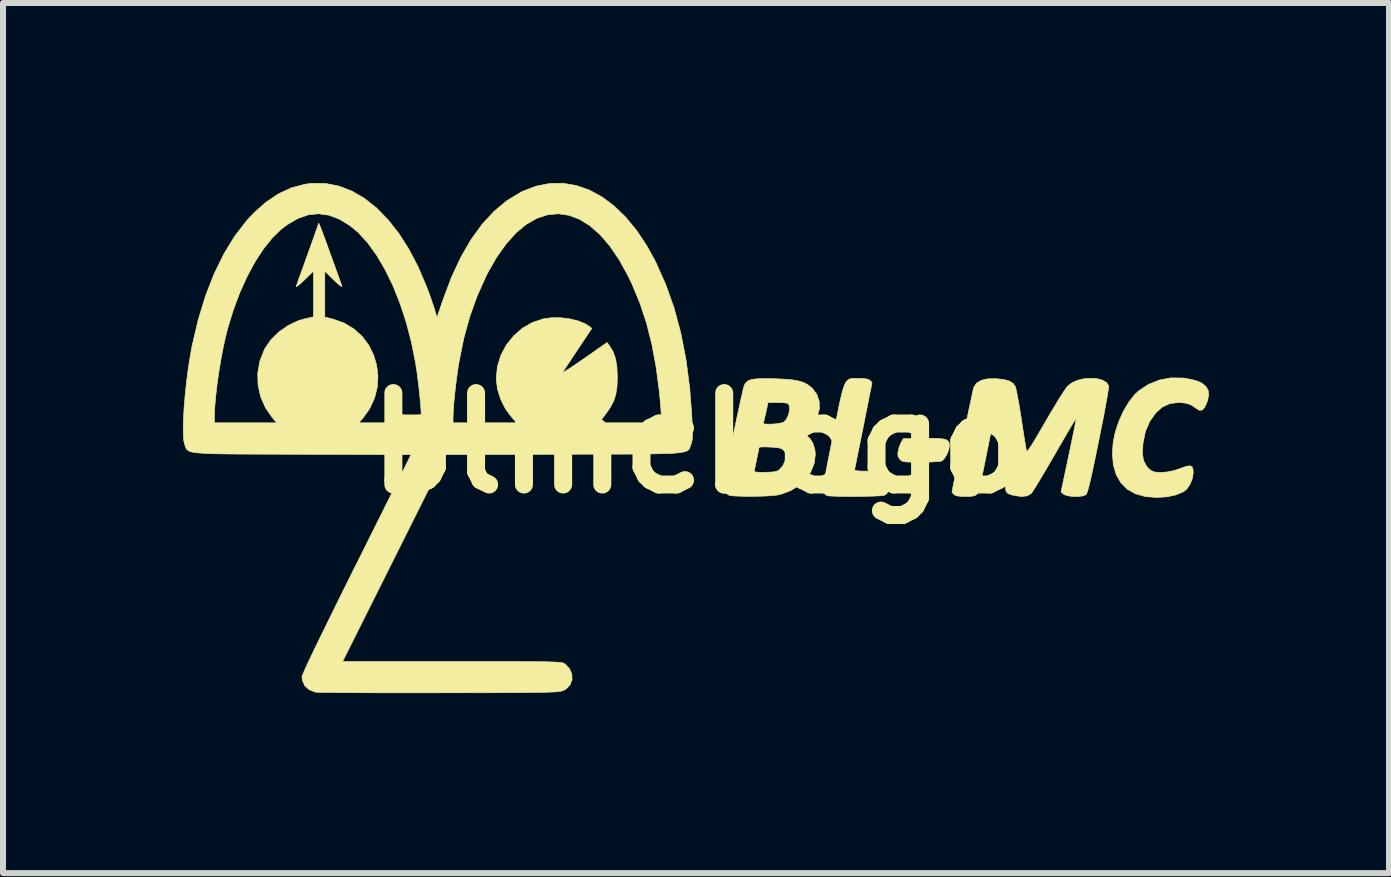
<source format=kicad_pcb>
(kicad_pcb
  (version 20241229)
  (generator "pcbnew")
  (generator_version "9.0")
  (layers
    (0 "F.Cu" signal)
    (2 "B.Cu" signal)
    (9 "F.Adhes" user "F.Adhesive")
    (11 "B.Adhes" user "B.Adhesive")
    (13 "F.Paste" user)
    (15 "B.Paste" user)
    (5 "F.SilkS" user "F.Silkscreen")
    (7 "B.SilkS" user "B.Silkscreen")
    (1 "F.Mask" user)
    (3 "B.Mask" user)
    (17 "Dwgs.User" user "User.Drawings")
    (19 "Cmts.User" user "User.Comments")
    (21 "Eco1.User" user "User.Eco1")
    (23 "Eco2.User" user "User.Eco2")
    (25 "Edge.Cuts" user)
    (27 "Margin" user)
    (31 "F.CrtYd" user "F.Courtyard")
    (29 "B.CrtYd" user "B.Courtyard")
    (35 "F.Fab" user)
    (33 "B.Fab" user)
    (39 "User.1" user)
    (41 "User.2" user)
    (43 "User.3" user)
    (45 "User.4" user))
  (footprint "blmcLogo"
    (layer "F.Cu")
    (at 8.588 4.338)
    (property "Reference" "blmcLogo" (at 0 0 0) (layer "F.SilkS") (effects (font (size 1.524 1.524) (thickness 0.3))))
    (attr through_hole)
    (fp_poly (pts (xy 4.014 -0.078) (xy 4.092 -0.069) (xy 4.144 -0.053) (xy 4.174 -0.028) (xy 4.188 0.007) (xy 4.191 0.044) (xy 4.179 0.112) (xy 4.149 0.187) (xy 4.109 0.253) (xy 4.067 0.295) (xy 4.065 0.296) (xy 4.03 0.304) (xy 3.96 0.31) (xy 3.866 0.315) (xy 3.755 0.317) (xy 3.717 0.318) (xy 3.596 0.317) (xy 3.511 0.315) (xy 3.453 0.311) (xy 3.415 0.304) (xy 3.389 0.292) (xy 3.37 0.275) (xy 3.365 0.27) (xy 3.336 0.228) (xy 3.33 0.178) (xy 3.335 0.138) (xy 3.353 0.064) (xy 3.381 -0.004) (xy 3.385 -0.011) (xy 3.421 -0.074) (xy 3.756 -0.08) (xy 3.903 -0.081) (xy 4.014 -0.078)) (stroke (width 0.01) (type solid)) (fill yes) (layer "F.SilkS"))
    (fp_poly (pts (xy 8.079 -1.086) (xy 8.127 -1.08) (xy 8.25 -1.056) (xy 8.341 -1.029) (xy 8.408 -0.994) (xy 8.462 -0.948) (xy 8.465 -0.945) (xy 8.504 -0.881) (xy 8.514 -0.805) (xy 8.493 -0.707) (xy 8.479 -0.668) (xy 8.441 -0.589) (xy 8.4 -0.55) (xy 8.353 -0.549) (xy 8.302 -0.582) (xy 8.222 -0.636) (xy 8.137 -0.666) (xy 8.03 -0.677) (xy 8.005 -0.677) (xy 7.864 -0.659) (xy 7.743 -0.604) (xy 7.637 -0.512) (xy 7.531 -0.366) (xy 7.459 -0.197) (xy 7.418 -0.002) (xy 7.408 0.171) (xy 7.427 0.291) (xy 7.482 0.392) (xy 7.549 0.456) (xy 7.61 0.481) (xy 7.7 0.489) (xy 7.807 0.482) (xy 7.922 0.46) (xy 8.035 0.424) (xy 8.037 0.423) (xy 8.131 0.389) (xy 8.194 0.377) (xy 8.232 0.389) (xy 8.25 0.428) (xy 8.255 0.495) (xy 8.255 0.496) (xy 8.241 0.589) (xy 8.203 0.683) (xy 8.15 0.762) (xy 8.096 0.808) (xy 7.969 0.862) (xy 7.815 0.895) (xy 7.646 0.905) (xy 7.475 0.893) (xy 7.451 0.889) (xy 7.288 0.843) (xy 7.153 0.766) (xy 7.047 0.658) (xy 6.97 0.523) (xy 6.923 0.361) (xy 6.907 0.174) (xy 6.921 -0.019) (xy 6.957 -0.191) (xy 7.016 -0.366) (xy 7.092 -0.534) (xy 7.182 -0.686) (xy 7.28 -0.81) (xy 7.341 -0.868) (xy 7.504 -0.977) (xy 7.686 -1.051) (xy 7.88 -1.088) (xy 8.079 -1.086)) (stroke (width 0.01) (type solid)) (fill yes) (layer "F.SilkS"))
    (fp_poly (pts (xy 2.647 -1.08) (xy 2.675 -1.079) (xy 2.77 -1.076) (xy 2.831 -1.066) (xy 2.866 -1.047) (xy 2.867 -1.046) (xy 2.893 -1.018) (xy 2.9 -1.008) (xy 2.896 -0.987) (xy 2.885 -0.929) (xy 2.867 -0.842) (xy 2.845 -0.731) (xy 2.82 -0.601) (xy 2.791 -0.46) (xy 2.762 -0.312) (xy 2.732 -0.163) (xy 2.703 -0.019) (xy 2.676 0.114) (xy 2.653 0.23) (xy 2.634 0.323) (xy 2.621 0.387) (xy 2.614 0.418) (xy 2.614 0.418) (xy 2.611 0.438) (xy 2.616 0.451) (xy 2.636 0.459) (xy 2.677 0.464) (xy 2.747 0.466) (xy 2.851 0.466) (xy 2.873 0.466) (xy 2.977 0.467) (xy 3.066 0.471) (xy 3.132 0.475) (xy 3.165 0.481) (xy 3.167 0.482) (xy 3.205 0.531) (xy 3.222 0.603) (xy 3.217 0.685) (xy 3.195 0.766) (xy 3.155 0.832) (xy 3.112 0.867) (xy 3.08 0.874) (xy 3.014 0.879) (xy 2.921 0.883) (xy 2.809 0.886) (xy 2.686 0.888) (xy 2.56 0.889) (xy 2.438 0.888) (xy 2.328 0.886) (xy 2.237 0.883) (xy 2.174 0.879) (xy 2.146 0.873) (xy 2.126 0.858) (xy 2.111 0.841) (xy 2.1 0.818) (xy 2.094 0.784) (xy 2.094 0.737) (xy 2.101 0.672) (xy 2.113 0.586) (xy 2.132 0.474) (xy 2.159 0.333) (xy 2.193 0.16) (xy 2.235 -0.05) (xy 2.247 -0.112) (xy 2.292 -0.337) (xy 2.33 -0.525) (xy 2.362 -0.678) (xy 2.39 -0.8) (xy 2.415 -0.894) (xy 2.439 -0.965) (xy 2.464 -1.015) (xy 2.491 -1.048) (xy 2.521 -1.068) (xy 2.556 -1.077) (xy 2.598 -1.08) (xy 2.647 -1.08)) (stroke (width 0.01) (type solid)) (fill yes) (layer "F.SilkS"))
    (fp_poly (pts (xy 1.279 -1.074) (xy 1.444 -1.066) (xy 1.574 -1.055) (xy 1.676 -1.037) (xy 1.758 -1.012) (xy 1.825 -0.977) (xy 1.885 -0.931) (xy 1.905 -0.913) (xy 1.981 -0.812) (xy 2.02 -0.694) (xy 2.021 -0.562) (xy 2.02 -0.56) (xy 1.991 -0.465) (xy 1.937 -0.364) (xy 1.868 -0.274) (xy 1.817 -0.227) (xy 1.772 -0.19) (xy 1.761 -0.164) (xy 1.785 -0.141) (xy 1.807 -0.128) (xy 1.869 -0.074) (xy 1.918 0.01) (xy 1.948 0.113) (xy 1.955 0.189) (xy 1.936 0.337) (xy 1.88 0.477) (xy 1.791 0.604) (xy 1.674 0.712) (xy 1.533 0.797) (xy 1.374 0.854) (xy 1.309 0.867) (xy 1.236 0.875) (xy 1.138 0.881) (xy 1.024 0.885) (xy 0.902 0.887) (xy 0.783 0.886) (xy 0.675 0.884) (xy 0.587 0.879) (xy 0.529 0.872) (xy 0.515 0.868) (xy 0.468 0.836) (xy 0.435 0.798) (xy 0.427 0.783) (xy 0.422 0.764) (xy 0.42 0.736) (xy 0.423 0.696) (xy 0.43 0.64) (xy 0.444 0.563) (xy 0.463 0.462) (xy 0.938 0.462) (xy 0.946 0.476) (xy 0.972 0.483) (xy 1.026 0.486) (xy 1.113 0.486) (xy 1.116 0.486) (xy 1.228 0.482) (xy 1.303 0.471) (xy 1.342 0.455) (xy 1.409 0.383) (xy 1.451 0.295) (xy 1.46 0.233) (xy 1.454 0.164) (xy 1.43 0.12) (xy 1.383 0.088) (xy 1.347 0.079) (xy 1.287 0.071) (xy 1.214 0.066) (xy 1.138 0.063) (xy 1.073 0.063) (xy 1.028 0.067) (xy 1.016 0.073) (xy 1.012 0.096) (xy 1.002 0.15) (xy 0.987 0.221) (xy 0.971 0.299) (xy 0.956 0.372) (xy 0.944 0.428) (xy 0.942 0.439) (xy 0.938 0.462) (xy 0.463 0.462) (xy 0.463 0.462) (xy 0.489 0.332) (xy 0.522 0.169) (xy 0.564 -0.03) (xy 0.572 -0.066) (xy 0.61 -0.248) (xy 0.628 -0.333) (xy 1.086 -0.333) (xy 1.097 -0.322) (xy 1.139 -0.317) (xy 1.201 -0.316) (xy 1.272 -0.32) (xy 1.342 -0.328) (xy 1.398 -0.339) (xy 1.428 -0.351) (xy 1.47 -0.394) (xy 1.502 -0.458) (xy 1.521 -0.528) (xy 1.525 -0.594) (xy 1.513 -0.645) (xy 1.491 -0.664) (xy 1.453 -0.671) (xy 1.388 -0.676) (xy 1.312 -0.677) (xy 1.167 -0.677) (xy 1.131 -0.513) (xy 1.113 -0.434) (xy 1.098 -0.371) (xy 1.087 -0.336) (xy 1.086 -0.333) (xy 0.628 -0.333) (xy 0.646 -0.419) (xy 0.68 -0.575) (xy 0.709 -0.71) (xy 0.734 -0.819) (xy 0.752 -0.898) (xy 0.762 -0.941) (xy 0.764 -0.945) (xy 0.785 -0.993) (xy 0.818 -1.029) (xy 0.867 -1.054) (xy 0.939 -1.069) (xy 1.038 -1.076) (xy 1.171 -1.077) (xy 1.279 -1.074)) (stroke (width 0.01) (type solid)) (fill yes) (layer "F.SilkS"))
    (fp_poly (pts (xy 6.651 -1.075) (xy 6.742 -1.051) (xy 6.809 -1.011) (xy 6.846 -0.958) (xy 6.844 -0.929) (xy 6.835 -0.864) (xy 6.819 -0.766) (xy 6.796 -0.64) (xy 6.769 -0.491) (xy 6.736 -0.323) (xy 6.7 -0.141) (xy 6.68 -0.042) (xy 6.634 0.183) (xy 6.595 0.37) (xy 6.563 0.522) (xy 6.535 0.641) (xy 6.513 0.731) (xy 6.495 0.795) (xy 6.48 0.837) (xy 6.468 0.858) (xy 6.465 0.861) (xy 6.414 0.88) (xy 6.337 0.889) (xy 6.25 0.889) (xy 6.169 0.879) (xy 6.109 0.86) (xy 6.097 0.852) (xy 6.051 0.815) (xy 6.18 0.204) (xy 6.213 0.049) (xy 6.242 -0.092) (xy 6.267 -0.213) (xy 6.286 -0.31) (xy 6.298 -0.378) (xy 6.303 -0.411) (xy 6.303 -0.414) (xy 6.292 -0.398) (xy 6.261 -0.349) (xy 6.215 -0.272) (xy 6.155 -0.171) (xy 6.085 -0.05) (xy 6.006 0.086) (xy 5.948 0.187) (xy 5.862 0.335) (xy 5.781 0.473) (xy 5.708 0.595) (xy 5.645 0.699) (xy 5.596 0.778) (xy 5.563 0.827) (xy 5.552 0.841) (xy 5.486 0.879) (xy 5.389 0.889) (xy 5.263 0.871) (xy 5.237 0.865) (xy 5.17 0.842) (xy 5.138 0.81) (xy 5.133 0.796) (xy 5.127 0.765) (xy 5.117 0.696) (xy 5.103 0.598) (xy 5.085 0.474) (xy 5.065 0.332) (xy 5.043 0.176) (xy 5.038 0.139) (xy 5.016 -0.016) (xy 4.996 -0.158) (xy 4.978 -0.28) (xy 4.964 -0.377) (xy 4.954 -0.445) (xy 4.948 -0.477) (xy 4.947 -0.479) (xy 4.942 -0.46) (xy 4.929 -0.405) (xy 4.911 -0.319) (xy 4.887 -0.206) (xy 4.86 -0.071) (xy 4.83 0.08) (xy 4.817 0.144) (xy 4.785 0.303) (xy 4.755 0.451) (xy 4.727 0.58) (xy 4.704 0.687) (xy 4.686 0.765) (xy 4.674 0.809) (xy 4.672 0.815) (xy 4.649 0.851) (xy 4.619 0.873) (xy 4.572 0.884) (xy 4.497 0.888) (xy 4.452 0.889) (xy 4.358 0.885) (xy 4.298 0.874) (xy 4.267 0.856) (xy 4.24 0.827) (xy 4.233 0.815) (xy 4.238 0.789) (xy 4.249 0.727) (xy 4.268 0.635) (xy 4.292 0.517) (xy 4.32 0.379) (xy 4.351 0.226) (xy 4.385 0.064) (xy 4.419 -0.102) (xy 4.453 -0.266) (xy 4.487 -0.423) (xy 4.517 -0.569) (xy 4.545 -0.697) (xy 4.567 -0.802) (xy 4.584 -0.879) (xy 4.594 -0.922) (xy 4.596 -0.928) (xy 4.64 -0.999) (xy 4.72 -1.047) (xy 4.832 -1.073) (xy 4.976 -1.074) (xy 4.976 -1.074) (xy 5.101 -1.06) (xy 5.19 -1.035) (xy 5.25 -0.998) (xy 5.288 -0.946) (xy 5.299 -0.909) (xy 5.315 -0.836) (xy 5.334 -0.735) (xy 5.356 -0.613) (xy 5.378 -0.477) (xy 5.389 -0.407) (xy 5.41 -0.266) (xy 5.43 -0.137) (xy 5.448 -0.027) (xy 5.462 0.058) (xy 5.471 0.112) (xy 5.473 0.125) (xy 5.48 0.133) (xy 5.495 0.124) (xy 5.519 0.095) (xy 5.555 0.041) (xy 5.605 -0.039) (xy 5.67 -0.15) (xy 5.754 -0.293) (xy 5.788 -0.351) (xy 5.869 -0.491) (xy 5.948 -0.622) (xy 6.019 -0.74) (xy 6.081 -0.837) (xy 6.13 -0.91) (xy 6.162 -0.952) (xy 6.164 -0.954) (xy 6.238 -1.01) (xy 6.332 -1.05) (xy 6.438 -1.074) (xy 6.547 -1.082) (xy 6.651 -1.075)) (stroke (width 0.01) (type solid)) (fill yes) (layer "F.SilkS"))
    (fp_poly (pts (xy -2.033 -4.296) (xy -1.816 -4.221) (xy -1.606 -4.108) (xy -1.403 -3.957) (xy -1.209 -3.77) (xy -1.026 -3.548) (xy -0.854 -3.29) (xy -0.71 -3.028) (xy -0.543 -2.654) (xy -0.402 -2.26) (xy -0.289 -1.842) (xy -0.202 -1.397) (xy -0.14 -0.923) (xy -0.106 -0.483) (xy -0.099 -0.337) (xy -0.094 -0.226) (xy -0.093 -0.144) (xy -0.095 -0.084) (xy -0.101 -0.039) (xy -0.11 -0.003) (xy -0.118 0.018) (xy -0.127 0.045) (xy -0.135 0.069) (xy -0.144 0.09) (xy -0.156 0.108) (xy -0.174 0.123) (xy -0.201 0.136) (xy -0.238 0.147) (xy -0.289 0.156) (xy -0.356 0.164) (xy -0.442 0.17) (xy -0.549 0.174) (xy -0.679 0.177) (xy -0.835 0.18) (xy -1.02 0.182) (xy -1.237 0.183) (xy -1.487 0.184) (xy -1.773 0.184) (xy -2.099 0.185) (xy -2.233 0.186) (xy -4.202 0.191) (xy -5.064 1.916) (xy -5.927 3.641) (xy -4.099 3.641) (xy -3.779 3.641) (xy -3.498 3.641) (xy -3.255 3.641) (xy -3.045 3.641) (xy -2.868 3.642) (xy -2.719 3.643) (xy -2.596 3.644) (xy -2.496 3.646) (xy -2.417 3.649) (xy -2.356 3.651) (xy -2.31 3.655) (xy -2.277 3.659) (xy -2.254 3.664) (xy -2.237 3.67) (xy -2.225 3.677) (xy -2.215 3.685) (xy -2.214 3.685) (xy -2.141 3.764) (xy -2.104 3.852) (xy -2.101 3.942) (xy -2.132 4.026) (xy -2.197 4.095) (xy -2.237 4.119) (xy -2.252 4.126) (xy -2.27 4.132) (xy -2.294 4.137) (xy -2.325 4.142) (xy -2.368 4.146) (xy -2.423 4.149) (xy -2.495 4.152) (xy -2.585 4.154) (xy -2.697 4.156) (xy -2.832 4.157) (xy -2.994 4.159) (xy -3.185 4.16) (xy -3.408 4.161) (xy -3.665 4.161) (xy -3.958 4.162) (xy -4.292 4.162) (xy -4.318 4.163) (xy -4.607 4.163) (xy -4.884 4.163) (xy -5.148 4.163) (xy -5.394 4.162) (xy -5.619 4.161) (xy -5.822 4.16) (xy -5.998 4.158) (xy -6.145 4.157) (xy -6.259 4.155) (xy -6.338 4.153) (xy -6.378 4.151) (xy -6.382 4.15) (xy -6.487 4.108) (xy -6.56 4.04) (xy -6.598 3.95) (xy -6.604 3.895) (xy -6.594 3.865) (xy -6.566 3.798) (xy -6.52 3.696) (xy -6.456 3.56) (xy -6.375 3.391) (xy -6.277 3.19) (xy -6.163 2.958) (xy -6.034 2.696) (xy -5.891 2.406) (xy -5.733 2.089) (xy -5.694 2.012) (xy -4.785 0.191) (xy -6.599 0.186) (xy -6.926 0.185) (xy -7.213 0.184) (xy -7.463 0.183) (xy -7.679 0.182) (xy -7.863 0.18) (xy -8.018 0.178) (xy -8.146 0.174) (xy -8.25 0.169) (xy -8.334 0.163) (xy -8.398 0.156) (xy -8.447 0.146) (xy -8.483 0.134) (xy -8.508 0.12) (xy -8.525 0.103) (xy -8.536 0.084) (xy -8.545 0.062) (xy -8.554 0.036) (xy -8.561 0.018) (xy -8.575 -0.046) (xy -8.582 -0.147) (xy -8.583 -0.277) (xy -8.581 -0.339) (xy -8.065 -0.339) (xy -7.024 -0.339) (xy -7.096 -0.423) (xy -7.213 -0.591) (xy -7.293 -0.775) (xy -7.336 -0.969) (xy -7.341 -1.167) (xy -7.307 -1.364) (xy -7.233 -1.554) (xy -7.223 -1.575) (xy -7.122 -1.723) (xy -6.988 -1.854) (xy -6.832 -1.963) (xy -6.662 -2.043) (xy -6.538 -2.078) (xy -6.413 -2.104) (xy -6.413 -2.867) (xy -6.565 -2.719) (xy -6.626 -2.662) (xy -6.672 -2.624) (xy -6.698 -2.608) (xy -6.701 -2.614) (xy -6.689 -2.645) (xy -6.666 -2.71) (xy -6.633 -2.803) (xy -6.591 -2.918) (xy -6.544 -3.048) (xy -6.507 -3.152) (xy -6.458 -3.288) (xy -6.414 -3.411) (xy -6.378 -3.515) (xy -6.35 -3.594) (xy -6.333 -3.644) (xy -6.329 -3.658) (xy -6.328 -3.666) (xy -6.323 -3.662) (xy -6.314 -3.645) (xy -6.3 -3.612) (xy -6.279 -3.559) (xy -6.25 -3.483) (xy -6.213 -3.383) (xy -6.167 -3.255) (xy -6.109 -3.096) (xy -6.04 -2.904) (xy -5.958 -2.675) (xy -5.936 -2.614) (xy -5.943 -2.61) (xy -5.975 -2.632) (xy -6.025 -2.675) (xy -6.072 -2.719) (xy -6.223 -2.867) (xy -6.223 -2.102) (xy -6.082 -2.067) (xy -5.898 -2.001) (xy -5.737 -1.904) (xy -5.601 -1.781) (xy -5.492 -1.636) (xy -5.411 -1.474) (xy -5.359 -1.3) (xy -5.337 -1.118) (xy -5.348 -0.934) (xy -5.393 -0.753) (xy -5.473 -0.578) (xy -5.583 -0.423) (xy -5.655 -0.339) (xy -4.614 -0.339) (xy -4.085 -0.339) (xy -3.021 -0.339) (xy -3.107 -0.432) (xy -3.209 -0.568) (xy -3.29 -0.729) (xy -3.344 -0.899) (xy -3.365 -1.067) (xy -3.365 -1.083) (xy -3.345 -1.278) (xy -3.288 -1.464) (xy -3.197 -1.636) (xy -3.076 -1.787) (xy -2.931 -1.914) (xy -2.764 -2.011) (xy -2.58 -2.072) (xy -2.567 -2.075) (xy -2.43 -2.092) (xy -2.282 -2.09) (xy -2.134 -2.071) (xy -1.996 -2.037) (xy -1.881 -1.99) (xy -1.818 -1.95) (xy -1.772 -1.913) (xy -2.004 -1.565) (xy -2.076 -1.456) (xy -2.141 -1.358) (xy -2.195 -1.277) (xy -2.233 -1.219) (xy -2.253 -1.189) (xy -2.253 -1.188) (xy -2.253 -1.181) (xy -2.234 -1.189) (xy -2.194 -1.213) (xy -2.13 -1.254) (xy -2.039 -1.315) (xy -1.92 -1.397) (xy -1.769 -1.502) (xy -1.759 -1.509) (xy -1.518 -1.678) (xy -1.479 -1.627) (xy -1.418 -1.529) (xy -1.377 -1.413) (xy -1.353 -1.273) (xy -1.346 -1.101) (xy -1.346 -1.101) (xy -1.351 -0.943) (xy -1.371 -0.814) (xy -1.407 -0.701) (xy -1.466 -0.591) (xy -1.548 -0.475) (xy -1.652 -0.339) (xy -0.614 -0.339) (xy -0.614 -0.45) (xy -0.616 -0.513) (xy -0.623 -0.607) (xy -0.632 -0.718) (xy -0.644 -0.836) (xy -0.645 -0.852) (xy -0.699 -1.266) (xy -0.77 -1.646) (xy -0.859 -2) (xy -0.969 -2.333) (xy -1.101 -2.651) (xy -1.164 -2.783) (xy -1.314 -3.056) (xy -1.471 -3.287) (xy -1.635 -3.477) (xy -1.805 -3.626) (xy -1.978 -3.733) (xy -2.155 -3.799) (xy -2.332 -3.824) (xy -2.51 -3.807) (xy -2.687 -3.749) (xy -2.861 -3.65) (xy -3.031 -3.509) (xy -3.196 -3.327) (xy -3.355 -3.104) (xy -3.507 -2.839) (xy -3.535 -2.783) (xy -3.683 -2.453) (xy -3.806 -2.11) (xy -3.906 -1.747) (xy -3.985 -1.355) (xy -3.999 -1.27) (xy -4.02 -1.124) (xy -4.04 -0.967) (xy -4.058 -0.809) (xy -4.072 -0.661) (xy -4.081 -0.532) (xy -4.085 -0.434) (xy -4.085 -0.429) (xy -4.085 -0.339) (xy -4.614 -0.339) (xy -4.615 -0.45) (xy -4.618 -0.531) (xy -4.626 -0.645) (xy -4.639 -0.78) (xy -4.654 -0.926) (xy -4.672 -1.073) (xy -4.69 -1.211) (xy -4.709 -1.33) (xy -4.71 -1.339) (xy -4.78 -1.686) (xy -4.867 -2.019) (xy -4.971 -2.334) (xy -5.088 -2.627) (xy -5.219 -2.895) (xy -5.36 -3.135) (xy -5.51 -3.342) (xy -5.668 -3.514) (xy -5.807 -3.629) (xy -5.984 -3.736) (xy -6.157 -3.801) (xy -6.329 -3.824) (xy -6.5 -3.806) (xy -6.672 -3.746) (xy -6.847 -3.644) (xy -6.951 -3.565) (xy -7.1 -3.42) (xy -7.246 -3.238) (xy -7.386 -3.023) (xy -7.518 -2.779) (xy -7.639 -2.511) (xy -7.747 -2.223) (xy -7.84 -1.921) (xy -7.872 -1.795) (xy -7.914 -1.609) (xy -7.953 -1.405) (xy -7.989 -1.191) (xy -8.019 -0.979) (xy -8.042 -0.776) (xy -8.058 -0.594) (xy -8.064 -0.442) (xy -8.064 -0.429) (xy -8.065 -0.339) (xy -8.581 -0.339) (xy -8.578 -0.433) (xy -8.568 -0.607) (xy -8.552 -0.794) (xy -8.532 -0.988) (xy -8.508 -1.184) (xy -8.479 -1.376) (xy -8.448 -1.558) (xy -8.434 -1.63) (xy -8.333 -2.059) (xy -8.211 -2.456) (xy -8.069 -2.821) (xy -7.907 -3.152) (xy -7.727 -3.447) (xy -7.527 -3.707) (xy -7.41 -3.834) (xy -7.205 -4.016) (xy -6.995 -4.157) (xy -6.778 -4.257) (xy -6.553 -4.317) (xy -6.433 -4.332) (xy -6.208 -4.329) (xy -5.987 -4.286) (xy -5.772 -4.203) (xy -5.563 -4.081) (xy -5.362 -3.922) (xy -5.171 -3.727) (xy -4.99 -3.498) (xy -4.822 -3.235) (xy -4.667 -2.939) (xy -4.528 -2.613) (xy -4.52 -2.593) (xy -4.48 -2.485) (xy -4.441 -2.375) (xy -4.409 -2.28) (xy -4.392 -2.227) (xy -4.353 -2.094) (xy -4.254 -2.386) (xy -4.113 -2.761) (xy -3.957 -3.096) (xy -3.786 -3.392) (xy -3.601 -3.648) (xy -3.401 -3.865) (xy -3.186 -4.044) (xy -2.955 -4.183) (xy -2.922 -4.2) (xy -2.699 -4.285) (xy -2.475 -4.329) (xy -2.253 -4.333) (xy -2.033 -4.296)) (stroke (width 0.01) (type solid)) (fill yes) (layer "F.SilkS")))
  (gr_rect
    (start -3 -3)
    (end 20.107 11.506)
    (stroke (width 0.1) (type default))
    (fill no)
    (layer "Edge.Cuts")))
</source>
